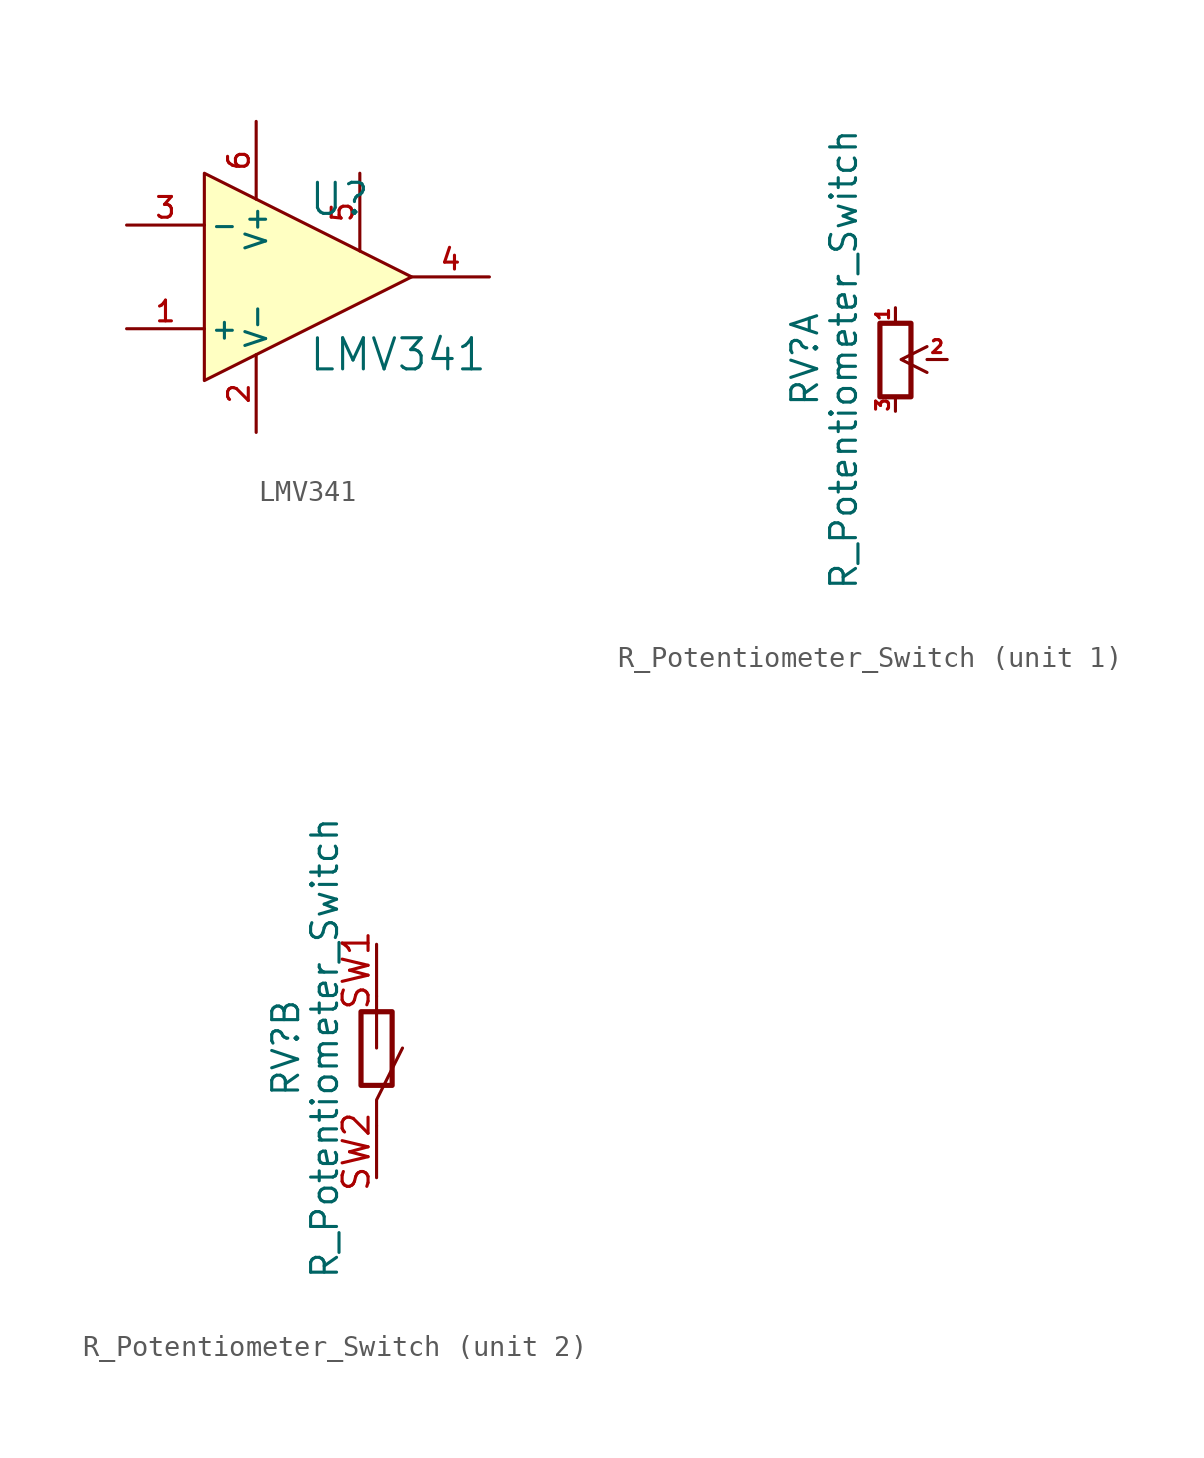
<source format=kicad_sym>
(kicad_symbol_lib
  (version 20211014)
  (generator kicad_symbol_editor)
  (symbol "LMV341"
    (pin_names
      (offset 0.254))
    (property "Reference" "U"
      (at 0 3.81 0)
      (effects (font (size 1.524 1.524)) (justify left)))
    (property "Value" "LMV341"
      (at 0 -3.81 0)
      (effects (font (size 1.524 1.524)) (justify left)))
    (property "Footprint" ""
      (at 0 0 0)
      (effects (font (size 1.524 1.524))))
    (property "Datasheet" ""
      (at 0 0 0)
      (effects (font (size 1.524 1.524))))
    (symbol "LMV341_0_1"
      (polyline (pts (xy -5.08 5.08) (xy 5.08 0) (xy -5.08 -5.08) (xy -5.08 5.08)) (stroke (width 0.152) (type default) (color 0 0 0 0)) (fill (type background)))
      (pin power_in line (at -2.54 -7.62 90) (length 3.81) (name "V-" (effects (font (size 1.016 1.016)))) (number "2" (effects (font (size 1.016 1.016)))))
      (pin power_in line (at -2.54 7.62 270) (length 3.81) (name "V+" (effects (font (size 1.016 1.016)))) (number "6" (effects (font (size 1.016 1.016))))))
    (symbol "LMV341_1_1"
      (pin input line (at -8.89 -2.54 0) (length 3.81) (name "+" (effects (font (size 1.016 1.016)))) (number "1" (effects (font (size 1.016 1.016)))))
      (pin input line (at -8.89 2.54 0) (length 3.81) (name "-" (effects (font (size 1.016 1.016)))) (number "3" (effects (font (size 1.016 1.016)))))
      (pin output line (at 8.89 0 180) (length 3.81) (name "~" (effects (font (size 1.016 1.016)))) (number "4" (effects (font (size 1.016 1.016)))))
      (pin input line (at 2.54 5.08 270) (length 3.81) (name "~" (effects (font (size 1.016 1.016)))) (number "5" (effects (font (size 1.016 1.016)))))))
  (symbol "R_Potentiometer_Switch"
    (pin_names
      (offset 1.016) hide)
    (property "Reference" "RV"
      (at -4.445 0 90)
      (effects (font (size 1.27 1.27))))
    (property "Value" "R_Potentiometer_Switch"
      (at -2.54 0 90)
      (effects (font (size 1.27 1.27))))
    (property "ki_locked" ""
      (at 0 0 0)
      (effects (font (size 1.27 1.27))))
    (symbol "R_Potentiometer_Switch_0_1"
      (rectangle (start 0.762 1.778) (end -0.762 -1.829) (stroke (width 0.254) (type default) (color 0 0 0 0)) (fill (type none))))
    (symbol "R_Potentiometer_Switch_1_1"
      (pin passive line (at 0 2.54 270) (length 0.635) (name "1" (effects (font (size 0.635 0.635)))) (number "1" (effects (font (size 0.635 0.635)))))
      (pin passive clock (at 2.54 0 180) (length 0.991) (name "2" (effects (font (size 0.635 0.635)))) (number "2" (effects (font (size 0.635 0.635)))))
      (pin passive line (at 0 -2.54 90) (length 0.635) (name "3" (effects (font (size 0.635 0.635)))) (number "3" (effects (font (size 0.635 0.635))))))
    (symbol "R_Potentiometer_Switch_2_1"
      (polyline (pts (xy 0 2.54) (xy 0 0)) (stroke (width 0.152) (type default) (color 0 0 0 0)) (fill (type none)))
      (polyline (pts (xy 0 -3.81) (xy 0 -2.54) (xy 1.27 0)) (stroke (width 0.152) (type default) (color 0 0 0 0)) (fill (type none)))
      (pin input line (at 0 5.08 270) (length 2.54) (name "SW" (effects (font (size 1.27 1.27)))) (number "SW1" (effects (font (size 1.27 1.27)))))
      (pin input line (at 0 -6.35 90) (length 2.54) (name "SW" (effects (font (size 1.27 1.27)))) (number "SW2" (effects (font (size 1.27 1.27))))))))
</source>
